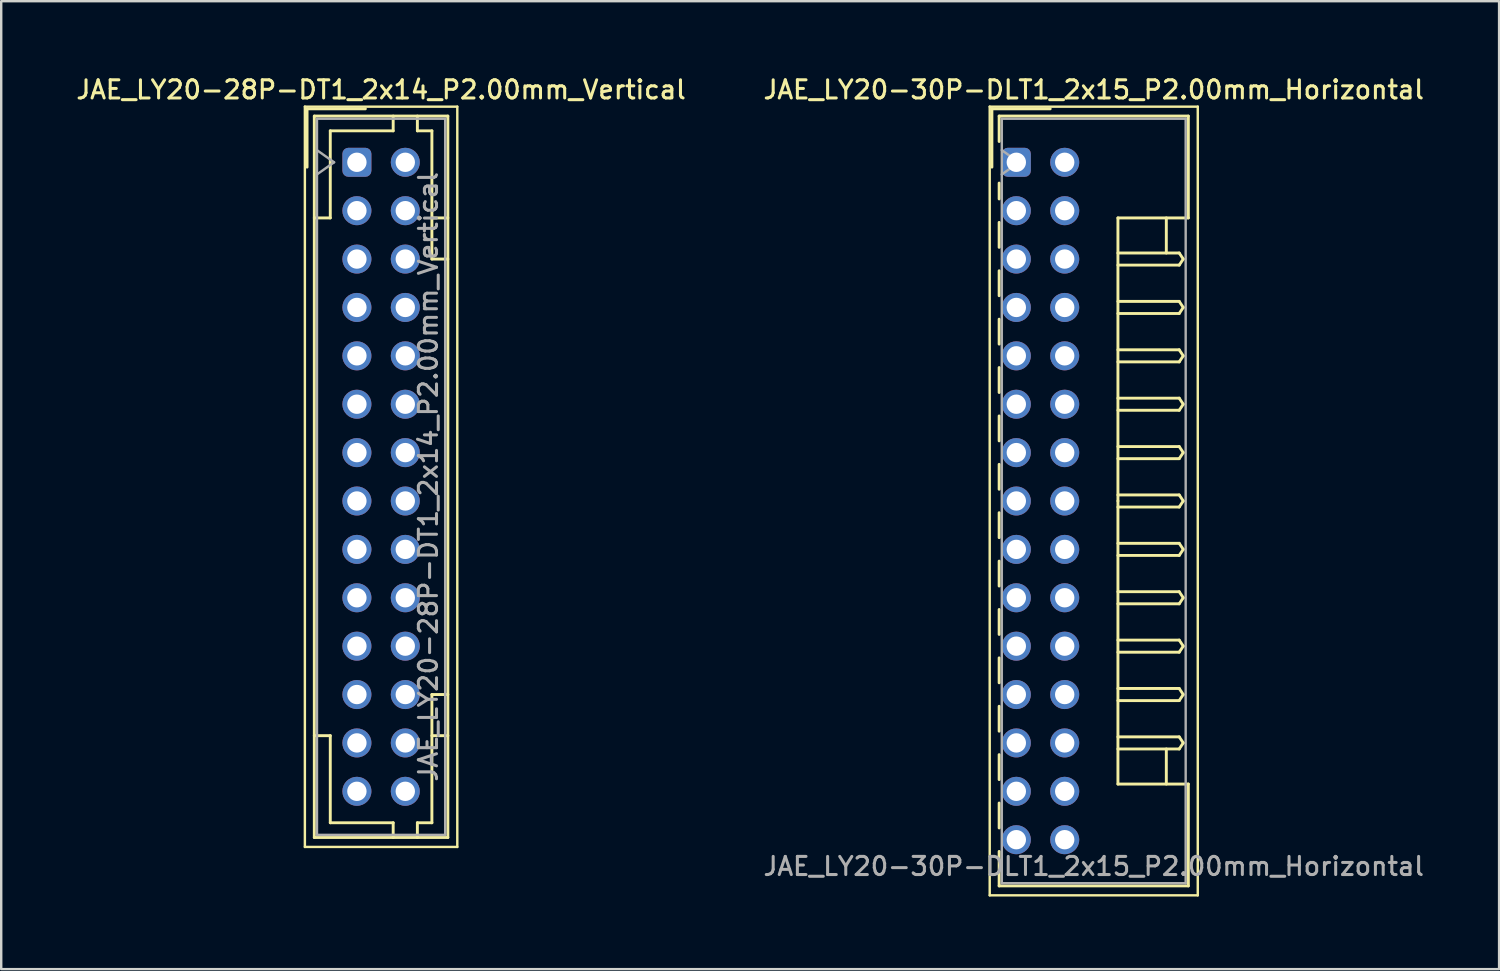
<source format=kicad_pcb>
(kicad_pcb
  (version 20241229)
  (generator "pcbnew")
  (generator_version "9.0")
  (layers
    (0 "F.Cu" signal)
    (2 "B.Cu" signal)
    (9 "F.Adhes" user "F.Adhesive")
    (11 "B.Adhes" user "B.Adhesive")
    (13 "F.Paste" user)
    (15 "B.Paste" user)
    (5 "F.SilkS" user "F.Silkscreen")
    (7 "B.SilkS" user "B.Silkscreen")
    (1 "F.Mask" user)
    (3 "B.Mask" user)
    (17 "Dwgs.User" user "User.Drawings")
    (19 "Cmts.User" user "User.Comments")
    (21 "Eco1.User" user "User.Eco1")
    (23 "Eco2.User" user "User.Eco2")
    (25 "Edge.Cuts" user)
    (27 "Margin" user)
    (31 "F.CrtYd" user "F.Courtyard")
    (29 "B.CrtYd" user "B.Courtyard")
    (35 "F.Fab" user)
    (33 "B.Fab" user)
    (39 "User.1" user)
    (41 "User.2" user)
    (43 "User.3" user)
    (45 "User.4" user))
  (footprint "JAE_LY20-30P-DLT1_2x15_P2.00mm_Horizontal"
    (layer "F.Cu")
    (at 38.959 3.658)
    (property "Reference" "JAE_LY20-30P-DLT1_2x15_P2.00mm_Horizontal" (at 3.2 -3 0) (layer "F.SilkS") (effects (font (size 0.75 0.75) (thickness 0.125))))
    (attr through_hole)
    (fp_line (start -1.1 -2.3) (end -1.1 30.3) (stroke (width 0.1) (type solid)) (layer "F.SilkS"))
    (fp_line (start -1.1 30.3) (end 7.5 30.3) (stroke (width 0.1) (type solid)) (layer "F.SilkS"))
    (fp_line (start -1.01 -2.21) (end -1.01 0.2) (stroke (width 0.12) (type solid)) (layer "F.SilkS"))
    (fp_line (start -0.71 -1.91) (end -0.71 -0.86) (stroke (width 0.12) (type solid)) (layer "F.SilkS"))
    (fp_line (start -0.71 -1.91) (end 7.11 -1.91) (stroke (width 0.12) (type solid)) (layer "F.SilkS"))
    (fp_line (start -0.71 0.86) (end -0.71 1.515) (stroke (width 0.12) (type solid)) (layer "F.SilkS"))
    (fp_line (start -0.71 2.485) (end -0.71 3.515) (stroke (width 0.12) (type solid)) (layer "F.SilkS"))
    (fp_line (start -0.71 4.485) (end -0.71 5.515) (stroke (width 0.12) (type solid)) (layer "F.SilkS"))
    (fp_line (start -0.71 6.485) (end -0.71 7.515) (stroke (width 0.12) (type solid)) (layer "F.SilkS"))
    (fp_line (start -0.71 8.485) (end -0.71 9.515) (stroke (width 0.12) (type solid)) (layer "F.SilkS"))
    (fp_line (start -0.71 10.485) (end -0.71 11.515) (stroke (width 0.12) (type solid)) (layer "F.SilkS"))
    (fp_line (start -0.71 12.485) (end -0.71 13.515) (stroke (width 0.12) (type solid)) (layer "F.SilkS"))
    (fp_line (start -0.71 14.485) (end -0.71 15.515) (stroke (width 0.12) (type solid)) (layer "F.SilkS"))
    (fp_line (start -0.71 16.485) (end -0.71 17.515) (stroke (width 0.12) (type solid)) (layer "F.SilkS"))
    (fp_line (start -0.71 18.485) (end -0.71 19.515) (stroke (width 0.12) (type solid)) (layer "F.SilkS"))
    (fp_line (start -0.71 20.485) (end -0.71 21.515) (stroke (width 0.12) (type solid)) (layer "F.SilkS"))
    (fp_line (start -0.71 22.485) (end -0.71 23.515) (stroke (width 0.12) (type solid)) (layer "F.SilkS"))
    (fp_line (start -0.71 24.485) (end -0.71 25.515) (stroke (width 0.12) (type solid)) (layer "F.SilkS"))
    (fp_line (start -0.71 26.485) (end -0.71 27.515) (stroke (width 0.12) (type solid)) (layer "F.SilkS"))
    (fp_line (start -0.71 28.485) (end -0.71 29.91) (stroke (width 0.12) (type solid)) (layer "F.SilkS"))
    (fp_line (start -0.71 29.91) (end 7.11 29.91) (stroke (width 0.12) (type solid)) (layer "F.SilkS"))
    (fp_line (start 1.4 -2.21) (end -1.01 -2.21) (stroke (width 0.12) (type solid)) (layer "F.SilkS"))
    (fp_line (start 4.2 2.3) (end 4.2 14) (stroke (width 0.12) (type solid)) (layer "F.SilkS"))
    (fp_line (start 4.2 3.75) (end 6.733 3.75) (stroke (width 0.12) (type solid)) (layer "F.SilkS"))
    (fp_line (start 4.2 5.75) (end 6.733 5.75) (stroke (width 0.12) (type solid)) (layer "F.SilkS"))
    (fp_line (start 4.2 7.75) (end 6.733 7.75) (stroke (width 0.12) (type solid)) (layer "F.SilkS"))
    (fp_line (start 4.2 9.75) (end 6.733 9.75) (stroke (width 0.12) (type solid)) (layer "F.SilkS"))
    (fp_line (start 4.2 11.75) (end 6.733 11.75) (stroke (width 0.12) (type solid)) (layer "F.SilkS"))
    (fp_line (start 4.2 13.75) (end 6.733 13.75) (stroke (width 0.12) (type solid)) (layer "F.SilkS"))
    (fp_line (start 4.2 15.75) (end 6.733 15.75) (stroke (width 0.12) (type solid)) (layer "F.SilkS"))
    (fp_line (start 4.2 17.75) (end 6.733 17.75) (stroke (width 0.12) (type solid)) (layer "F.SilkS"))
    (fp_line (start 4.2 19.75) (end 6.733 19.75) (stroke (width 0.12) (type solid)) (layer "F.SilkS"))
    (fp_line (start 4.2 21.75) (end 6.733 21.75) (stroke (width 0.12) (type solid)) (layer "F.SilkS"))
    (fp_line (start 4.2 23.75) (end 6.733 23.75) (stroke (width 0.12) (type solid)) (layer "F.SilkS"))
    (fp_line (start 4.2 25.7) (end 4.2 14) (stroke (width 0.12) (type solid)) (layer "F.SilkS"))
    (fp_line (start 6.2 2.3) (end 6.2 3.75) (stroke (width 0.12) (type solid)) (layer "F.SilkS"))
    (fp_line (start 6.2 25.7) (end 6.2 24.25) (stroke (width 0.12) (type solid)) (layer "F.SilkS"))
    (fp_line (start 6.733 3.75) (end 6.9 4) (stroke (width 0.12) (type solid)) (layer "F.SilkS"))
    (fp_line (start 6.733 4.25) (end 4.2 4.25) (stroke (width 0.12) (type solid)) (layer "F.SilkS"))
    (fp_line (start 6.733 5.75) (end 6.9 6) (stroke (width 0.12) (type solid)) (layer "F.SilkS"))
    (fp_line (start 6.733 6.25) (end 4.2 6.25) (stroke (width 0.12) (type solid)) (layer "F.SilkS"))
    (fp_line (start 6.733 7.75) (end 6.9 8) (stroke (width 0.12) (type solid)) (layer "F.SilkS"))
    (fp_line (start 6.733 8.25) (end 4.2 8.25) (stroke (width 0.12) (type solid)) (layer "F.SilkS"))
    (fp_line (start 6.733 9.75) (end 6.9 10) (stroke (width 0.12) (type solid)) (layer "F.SilkS"))
    (fp_line (start 6.733 10.25) (end 4.2 10.25) (stroke (width 0.12) (type solid)) (layer "F.SilkS"))
    (fp_line (start 6.733 11.75) (end 6.9 12) (stroke (width 0.12) (type solid)) (layer "F.SilkS"))
    (fp_line (start 6.733 12.25) (end 4.2 12.25) (stroke (width 0.12) (type solid)) (layer "F.SilkS"))
    (fp_line (start 6.733 13.75) (end 6.9 14) (stroke (width 0.12) (type solid)) (layer "F.SilkS"))
    (fp_line (start 6.733 14.25) (end 4.2 14.25) (stroke (width 0.12) (type solid)) (layer "F.SilkS"))
    (fp_line (start 6.733 15.75) (end 6.9 16) (stroke (width 0.12) (type solid)) (layer "F.SilkS"))
    (fp_line (start 6.733 16.25) (end 4.2 16.25) (stroke (width 0.12) (type solid)) (layer "F.SilkS"))
    (fp_line (start 6.733 17.75) (end 6.9 18) (stroke (width 0.12) (type solid)) (layer "F.SilkS"))
    (fp_line (start 6.733 18.25) (end 4.2 18.25) (stroke (width 0.12) (type solid)) (layer "F.SilkS"))
    (fp_line (start 6.733 19.75) (end 6.9 20) (stroke (width 0.12) (type solid)) (layer "F.SilkS"))
    (fp_line (start 6.733 20.25) (end 4.2 20.25) (stroke (width 0.12) (type solid)) (layer "F.SilkS"))
    (fp_line (start 6.733 21.75) (end 6.9 22) (stroke (width 0.12) (type solid)) (layer "F.SilkS"))
    (fp_line (start 6.733 22.25) (end 4.2 22.25) (stroke (width 0.12) (type solid)) (layer "F.SilkS"))
    (fp_line (start 6.733 23.75) (end 6.9 24) (stroke (width 0.12) (type solid)) (layer "F.SilkS"))
    (fp_line (start 6.733 24.25) (end 4.2 24.25) (stroke (width 0.12) (type solid)) (layer "F.SilkS"))
    (fp_line (start 6.9 4) (end 6.733 4.25) (stroke (width 0.12) (type solid)) (layer "F.SilkS"))
    (fp_line (start 6.9 6) (end 6.733 6.25) (stroke (width 0.12) (type solid)) (layer "F.SilkS"))
    (fp_line (start 6.9 8) (end 6.733 8.25) (stroke (width 0.12) (type solid)) (layer "F.SilkS"))
    (fp_line (start 6.9 10) (end 6.733 10.25) (stroke (width 0.12) (type solid)) (layer "F.SilkS"))
    (fp_line (start 6.9 12) (end 6.733 12.25) (stroke (width 0.12) (type solid)) (layer "F.SilkS"))
    (fp_line (start 6.9 14) (end 6.733 14.25) (stroke (width 0.12) (type solid)) (layer "F.SilkS"))
    (fp_line (start 6.9 16) (end 6.733 16.25) (stroke (width 0.12) (type solid)) (layer "F.SilkS"))
    (fp_line (start 6.9 18) (end 6.733 18.25) (stroke (width 0.12) (type solid)) (layer "F.SilkS"))
    (fp_line (start 6.9 20) (end 6.733 20.25) (stroke (width 0.12) (type solid)) (layer "F.SilkS"))
    (fp_line (start 6.9 22) (end 6.733 22.25) (stroke (width 0.12) (type solid)) (layer "F.SilkS"))
    (fp_line (start 6.9 24) (end 6.733 24.25) (stroke (width 0.12) (type solid)) (layer "F.SilkS"))
    (fp_line (start 7.11 -1.91) (end 7.11 2.3) (stroke (width 0.12) (type solid)) (layer "F.SilkS"))
    (fp_line (start 7.11 2.3) (end 4.2 2.3) (stroke (width 0.12) (type solid)) (layer "F.SilkS"))
    (fp_line (start 7.11 25.7) (end 4.2 25.7) (stroke (width 0.12) (type solid)) (layer "F.SilkS"))
    (fp_line (start 7.11 29.91) (end 7.11 25.7) (stroke (width 0.12) (type solid)) (layer "F.SilkS"))
    (fp_line (start 7.5 -2.3) (end -1.1 -2.3) (stroke (width 0.1) (type solid)) (layer "F.SilkS"))
    (fp_line (start 7.5 30.3) (end 7.5 -2.3) (stroke (width 0.1) (type solid)) (layer "F.SilkS"))
    (fp_line (start -0.6 -1.8) (end -0.6 29.8) (stroke (width 0.1) (type solid)) (layer "F.Fab"))
    (fp_line (start -0.6 0.5) (end 0.107 0) (stroke (width 0.1) (type solid)) (layer "F.Fab"))
    (fp_line (start -0.6 29.8) (end 7 29.8) (stroke (width 0.1) (type solid)) (layer "F.Fab"))
    (fp_line (start 0.107 0) (end -0.6 -0.5) (stroke (width 0.1) (type solid)) (layer "F.Fab"))
    (fp_line (start 7 -1.8) (end -0.6 -1.8) (stroke (width 0.1) (type solid)) (layer "F.Fab"))
    (fp_line (start 7 29.8) (end 7 -1.8) (stroke (width 0.1) (type solid)) (layer "F.Fab"))
    (fp_text user "${REFERENCE}" (at 3.2 29.1 0) (layer "F.Fab") (effects (font (size 0.75 0.75) (thickness 0.125))))
    (pad "a1" thru_hole roundrect (at 0 0) (size 1.2 1.2) (drill 0.8) (layers "*.Cu" "*.Mask") (roundrect_rratio 0.208))
    (pad "a2" thru_hole circle (at 0 2) (size 1.2 1.2) (drill 0.8) (layers "*.Cu" "*.Mask"))
    (pad "a3" thru_hole circle (at 0 4) (size 1.2 1.2) (drill 0.8) (layers "*.Cu" "*.Mask"))
    (pad "a4" thru_hole circle (at 0 6) (size 1.2 1.2) (drill 0.8) (layers "*.Cu" "*.Mask"))
    (pad "a5" thru_hole circle (at 0 8) (size 1.2 1.2) (drill 0.8) (layers "*.Cu" "*.Mask"))
    (pad "a6" thru_hole circle (at 0 10) (size 1.2 1.2) (drill 0.8) (layers "*.Cu" "*.Mask"))
    (pad "a7" thru_hole circle (at 0 12) (size 1.2 1.2) (drill 0.8) (layers "*.Cu" "*.Mask"))
    (pad "a8" thru_hole circle (at 0 14) (size 1.2 1.2) (drill 0.8) (layers "*.Cu" "*.Mask"))
    (pad "a9" thru_hole circle (at 0 16) (size 1.2 1.2) (drill 0.8) (layers "*.Cu" "*.Mask"))
    (pad "a10" thru_hole circle (at 0 18) (size 1.2 1.2) (drill 0.8) (layers "*.Cu" "*.Mask"))
    (pad "a11" thru_hole circle (at 0 20) (size 1.2 1.2) (drill 0.8) (layers "*.Cu" "*.Mask"))
    (pad "a12" thru_hole circle (at 0 22) (size 1.2 1.2) (drill 0.8) (layers "*.Cu" "*.Mask"))
    (pad "a13" thru_hole circle (at 0 24) (size 1.2 1.2) (drill 0.8) (layers "*.Cu" "*.Mask"))
    (pad "a14" thru_hole circle (at 0 26) (size 1.2 1.2) (drill 0.8) (layers "*.Cu" "*.Mask"))
    (pad "a15" thru_hole circle (at 0 28) (size 1.2 1.2) (drill 0.8) (layers "*.Cu" "*.Mask"))
    (pad "b1" thru_hole circle (at 2 0) (size 1.2 1.2) (drill 0.8) (layers "*.Cu" "*.Mask"))
    (pad "b2" thru_hole circle (at 2 2) (size 1.2 1.2) (drill 0.8) (layers "*.Cu" "*.Mask"))
    (pad "b3" thru_hole circle (at 2 4) (size 1.2 1.2) (drill 0.8) (layers "*.Cu" "*.Mask"))
    (pad "b4" thru_hole circle (at 2 6) (size 1.2 1.2) (drill 0.8) (layers "*.Cu" "*.Mask"))
    (pad "b5" thru_hole circle (at 2 8) (size 1.2 1.2) (drill 0.8) (layers "*.Cu" "*.Mask"))
    (pad "b6" thru_hole circle (at 2 10) (size 1.2 1.2) (drill 0.8) (layers "*.Cu" "*.Mask"))
    (pad "b7" thru_hole circle (at 2 12) (size 1.2 1.2) (drill 0.8) (layers "*.Cu" "*.Mask"))
    (pad "b8" thru_hole circle (at 2 14) (size 1.2 1.2) (drill 0.8) (layers "*.Cu" "*.Mask"))
    (pad "b9" thru_hole circle (at 2 16) (size 1.2 1.2) (drill 0.8) (layers "*.Cu" "*.Mask"))
    (pad "b10" thru_hole circle (at 2 18) (size 1.2 1.2) (drill 0.8) (layers "*.Cu" "*.Mask"))
    (pad "b11" thru_hole circle (at 2 20) (size 1.2 1.2) (drill 0.8) (layers "*.Cu" "*.Mask"))
    (pad "b12" thru_hole circle (at 2 22) (size 1.2 1.2) (drill 0.8) (layers "*.Cu" "*.Mask"))
    (pad "b13" thru_hole circle (at 2 24) (size 1.2 1.2) (drill 0.8) (layers "*.Cu" "*.Mask"))
    (pad "b14" thru_hole circle (at 2 26) (size 1.2 1.2) (drill 0.8) (layers "*.Cu" "*.Mask"))
    (pad "b15" thru_hole circle (at 2 28) (size 1.2 1.2) (drill 0.8) (layers "*.Cu" "*.Mask")))
  (footprint "JAE_LY20-28P-DT1_2x14_P2.00mm_Vertical"
    (layer "F.Cu")
    (at 11.702 3.658)
    (property "Reference" "JAE_LY20-28P-DT1_2x14_P2.00mm_Vertical" (at 1 -3 0) (layer "F.SilkS") (effects (font (size 0.75 0.75) (thickness 0.125))))
    (attr through_hole)
    (fp_line (start -2.15 -2.3) (end -2.15 28.3) (stroke (width 0.1) (type solid)) (layer "F.SilkS"))
    (fp_line (start -2.15 28.3) (end 4.15 28.3) (stroke (width 0.1) (type solid)) (layer "F.SilkS"))
    (fp_line (start -2.06 -2.21) (end -2.06 0.2) (stroke (width 0.12) (type solid)) (layer "F.SilkS"))
    (fp_line (start -1.76 -1.91) (end -1.76 27.91) (stroke (width 0.12) (type solid)) (layer "F.SilkS"))
    (fp_line (start -1.76 27.91) (end 3.76 27.91) (stroke (width 0.12) (type solid)) (layer "F.SilkS"))
    (fp_line (start -1.1 -1.3) (end -1.1 2.3) (stroke (width 0.12) (type solid)) (layer "F.SilkS"))
    (fp_line (start -1.1 2.3) (end -1.76 2.3) (stroke (width 0.12) (type solid)) (layer "F.SilkS"))
    (fp_line (start -1.1 23.7) (end -1.76 23.7) (stroke (width 0.12) (type solid)) (layer "F.SilkS"))
    (fp_line (start -1.1 27.3) (end -1.1 23.7) (stroke (width 0.12) (type solid)) (layer "F.SilkS"))
    (fp_line (start 0.35 -2.21) (end -2.06 -2.21) (stroke (width 0.12) (type solid)) (layer "F.SilkS"))
    (fp_line (start 1.5 -1.91) (end 1.5 -1.3) (stroke (width 0.12) (type solid)) (layer "F.SilkS"))
    (fp_line (start 1.5 -1.3) (end -1.1 -1.3) (stroke (width 0.12) (type solid)) (layer "F.SilkS"))
    (fp_line (start 1.5 27.3) (end -1.1 27.3) (stroke (width 0.12) (type solid)) (layer "F.SilkS"))
    (fp_line (start 1.5 27.91) (end 1.5 27.3) (stroke (width 0.12) (type solid)) (layer "F.SilkS"))
    (fp_line (start 2.5 -1.91) (end 2.5 -1.3) (stroke (width 0.12) (type solid)) (layer "F.SilkS"))
    (fp_line (start 2.5 -1.3) (end 3.1 -1.3) (stroke (width 0.12) (type solid)) (layer "F.SilkS"))
    (fp_line (start 2.5 27.3) (end 3.1 27.3) (stroke (width 0.12) (type solid)) (layer "F.SilkS"))
    (fp_line (start 2.5 27.91) (end 2.5 27.3) (stroke (width 0.12) (type solid)) (layer "F.SilkS"))
    (fp_line (start 3.1 -1.3) (end 3.1 4) (stroke (width 0.12) (type solid)) (layer "F.SilkS"))
    (fp_line (start 3.1 4) (end 3.76 4) (stroke (width 0.12) (type solid)) (layer "F.SilkS"))
    (fp_line (start 3.1 22) (end 3.76 22) (stroke (width 0.12) (type solid)) (layer "F.SilkS"))
    (fp_line (start 3.1 27.3) (end 3.1 22) (stroke (width 0.12) (type solid)) (layer "F.SilkS"))
    (fp_line (start 3.76 -1.91) (end -1.76 -1.91) (stroke (width 0.12) (type solid)) (layer "F.SilkS"))
    (fp_line (start 3.76 2.3) (end 3.1 2.3) (stroke (width 0.12) (type solid)) (layer "F.SilkS"))
    (fp_line (start 3.76 23.7) (end 3.1 23.7) (stroke (width 0.12) (type solid)) (layer "F.SilkS"))
    (fp_line (start 3.76 27.91) (end 3.76 -1.91) (stroke (width 0.12) (type solid)) (layer "F.SilkS"))
    (fp_line (start 4.15 -2.3) (end -2.15 -2.3) (stroke (width 0.1) (type solid)) (layer "F.SilkS"))
    (fp_line (start 4.15 28.3) (end 4.15 -2.3) (stroke (width 0.1) (type solid)) (layer "F.SilkS"))
    (fp_line (start -1.65 -1.8) (end -1.65 27.8) (stroke (width 0.1) (type solid)) (layer "F.Fab"))
    (fp_line (start -1.65 0.5) (end -0.943 0) (stroke (width 0.1) (type solid)) (layer "F.Fab"))
    (fp_line (start -1.65 27.8) (end 3.65 27.8) (stroke (width 0.1) (type solid)) (layer "F.Fab"))
    (fp_line (start -0.943 0) (end -1.65 -0.5) (stroke (width 0.1) (type solid)) (layer "F.Fab"))
    (fp_line (start 3.65 -1.8) (end -1.65 -1.8) (stroke (width 0.1) (type solid)) (layer "F.Fab"))
    (fp_line (start 3.65 27.8) (end 3.65 -1.8) (stroke (width 0.1) (type solid)) (layer "F.Fab"))
    (fp_text user "${REFERENCE}" (at 2.95 13 90) (layer "F.Fab") (effects (font (size 0.75 0.75) (thickness 0.125))))
    (pad "a1" thru_hole roundrect (at 0 0) (size 1.2 1.2) (drill 0.8) (layers "*.Cu" "*.Mask") (roundrect_rratio 0.208))
    (pad "a2" thru_hole circle (at 0 2) (size 1.2 1.2) (drill 0.8) (layers "*.Cu" "*.Mask"))
    (pad "a3" thru_hole circle (at 0 4) (size 1.2 1.2) (drill 0.8) (layers "*.Cu" "*.Mask"))
    (pad "a4" thru_hole circle (at 0 6) (size 1.2 1.2) (drill 0.8) (layers "*.Cu" "*.Mask"))
    (pad "a5" thru_hole circle (at 0 8) (size 1.2 1.2) (drill 0.8) (layers "*.Cu" "*.Mask"))
    (pad "a6" thru_hole circle (at 0 10) (size 1.2 1.2) (drill 0.8) (layers "*.Cu" "*.Mask"))
    (pad "a7" thru_hole circle (at 0 12) (size 1.2 1.2) (drill 0.8) (layers "*.Cu" "*.Mask"))
    (pad "a8" thru_hole circle (at 0 14) (size 1.2 1.2) (drill 0.8) (layers "*.Cu" "*.Mask"))
    (pad "a9" thru_hole circle (at 0 16) (size 1.2 1.2) (drill 0.8) (layers "*.Cu" "*.Mask"))
    (pad "a10" thru_hole circle (at 0 18) (size 1.2 1.2) (drill 0.8) (layers "*.Cu" "*.Mask"))
    (pad "a11" thru_hole circle (at 0 20) (size 1.2 1.2) (drill 0.8) (layers "*.Cu" "*.Mask"))
    (pad "a12" thru_hole circle (at 0 22) (size 1.2 1.2) (drill 0.8) (layers "*.Cu" "*.Mask"))
    (pad "a13" thru_hole circle (at 0 24) (size 1.2 1.2) (drill 0.8) (layers "*.Cu" "*.Mask"))
    (pad "a14" thru_hole circle (at 0 26) (size 1.2 1.2) (drill 0.8) (layers "*.Cu" "*.Mask"))
    (pad "b1" thru_hole circle (at 2 0) (size 1.2 1.2) (drill 0.8) (layers "*.Cu" "*.Mask"))
    (pad "b2" thru_hole circle (at 2 2) (size 1.2 1.2) (drill 0.8) (layers "*.Cu" "*.Mask"))
    (pad "b3" thru_hole circle (at 2 4) (size 1.2 1.2) (drill 0.8) (layers "*.Cu" "*.Mask"))
    (pad "b4" thru_hole circle (at 2 6) (size 1.2 1.2) (drill 0.8) (layers "*.Cu" "*.Mask"))
    (pad "b5" thru_hole circle (at 2 8) (size 1.2 1.2) (drill 0.8) (layers "*.Cu" "*.Mask"))
    (pad "b6" thru_hole circle (at 2 10) (size 1.2 1.2) (drill 0.8) (layers "*.Cu" "*.Mask"))
    (pad "b7" thru_hole circle (at 2 12) (size 1.2 1.2) (drill 0.8) (layers "*.Cu" "*.Mask"))
    (pad "b8" thru_hole circle (at 2 14) (size 1.2 1.2) (drill 0.8) (layers "*.Cu" "*.Mask"))
    (pad "b9" thru_hole circle (at 2 16) (size 1.2 1.2) (drill 0.8) (layers "*.Cu" "*.Mask"))
    (pad "b10" thru_hole circle (at 2 18) (size 1.2 1.2) (drill 0.8) (layers "*.Cu" "*.Mask"))
    (pad "b11" thru_hole circle (at 2 20) (size 1.2 1.2) (drill 0.8) (layers "*.Cu" "*.Mask"))
    (pad "b12" thru_hole circle (at 2 22) (size 1.2 1.2) (drill 0.8) (layers "*.Cu" "*.Mask"))
    (pad "b13" thru_hole circle (at 2 24) (size 1.2 1.2) (drill 0.8) (layers "*.Cu" "*.Mask"))
    (pad "b14" thru_hole circle (at 2 26) (size 1.2 1.2) (drill 0.8) (layers "*.Cu" "*.Mask")))
  (gr_rect
    (start -3 -3)
    (end 58.914 37.008)
    (stroke (width 0.1) (type default))
    (fill no)
    (layer "Edge.Cuts")))
</source>
